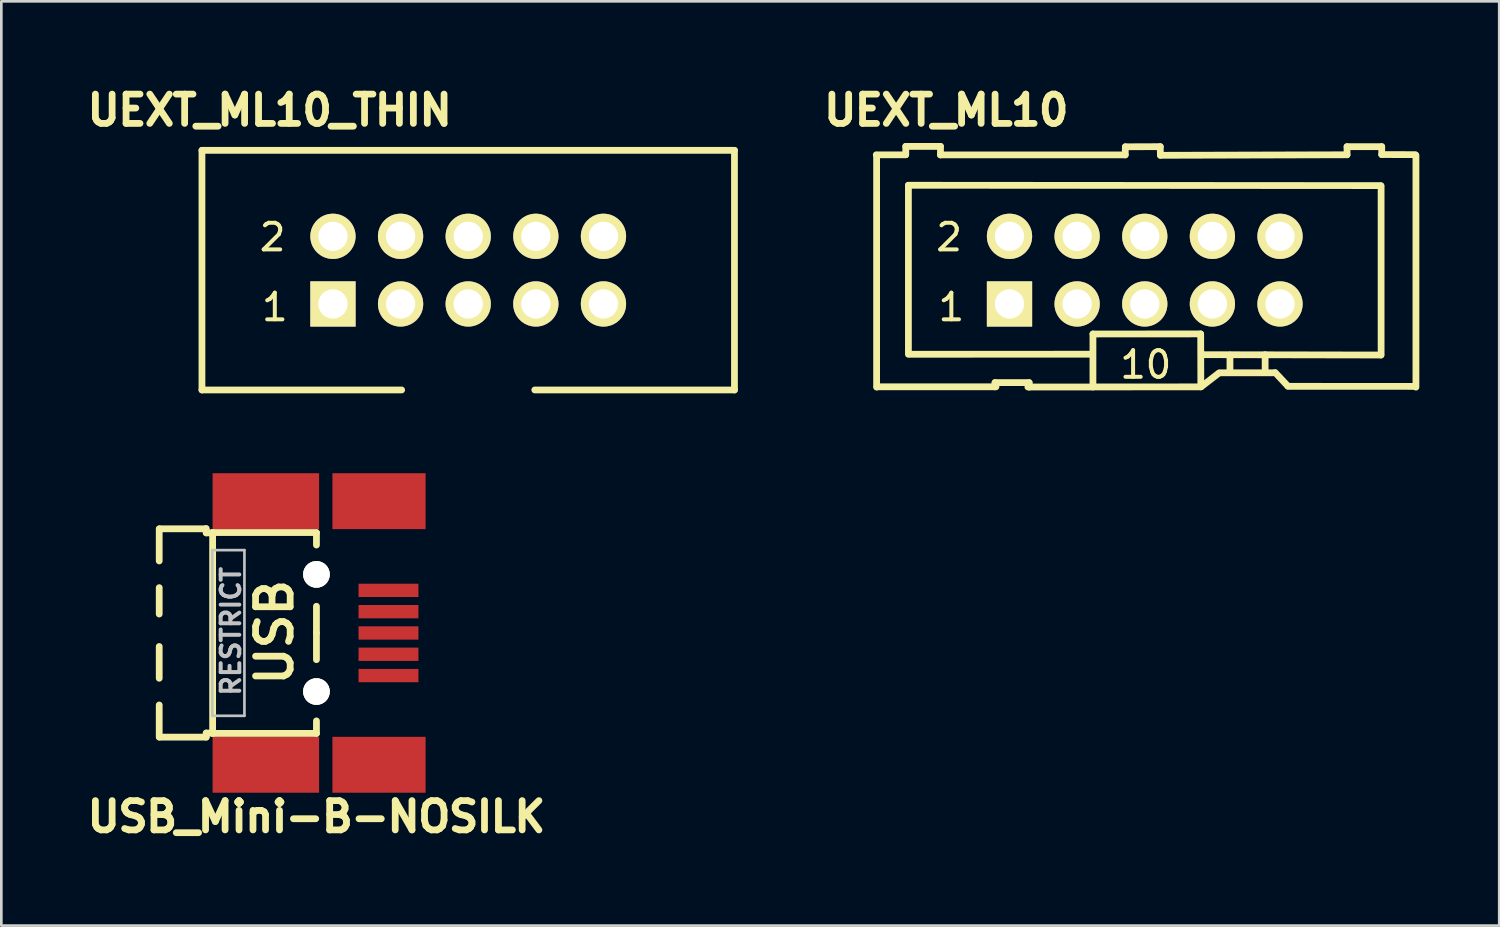
<source format=kicad_pcb>
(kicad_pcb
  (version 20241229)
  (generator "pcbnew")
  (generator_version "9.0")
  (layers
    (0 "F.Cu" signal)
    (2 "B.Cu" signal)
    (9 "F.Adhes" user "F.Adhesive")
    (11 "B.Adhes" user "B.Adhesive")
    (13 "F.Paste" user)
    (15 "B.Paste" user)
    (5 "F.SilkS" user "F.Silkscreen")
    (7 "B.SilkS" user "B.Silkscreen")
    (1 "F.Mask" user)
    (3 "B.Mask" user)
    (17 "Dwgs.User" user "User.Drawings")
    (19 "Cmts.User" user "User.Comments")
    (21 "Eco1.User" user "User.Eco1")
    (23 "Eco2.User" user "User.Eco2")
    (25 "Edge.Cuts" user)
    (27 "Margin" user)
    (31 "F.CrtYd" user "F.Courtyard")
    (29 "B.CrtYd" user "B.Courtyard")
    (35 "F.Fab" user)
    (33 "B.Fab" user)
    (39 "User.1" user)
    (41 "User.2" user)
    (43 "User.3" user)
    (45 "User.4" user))
  (footprint "UEXT_ML10_THIN"
    (layer "F.Cu")
    (at 14.535 7.096)
    (property "Reference" "UEXT_ML10_THIN" (at -7.455 -6.007 0) (layer "F.SilkS") (effects (font (size 1.1 1.1) (thickness 0.254))))
    (attr smd)
    (fp_line (start -10 -4.5) (end -10 4.5) (stroke (width 0.254) (type solid)) (layer "F.SilkS"))
    (fp_line (start -10 -4.5) (end 10 -4.5) (stroke (width 0.254) (type solid)) (layer "F.SilkS"))
    (fp_line (start -10 4.5) (end -2.5 4.5) (stroke (width 0.254) (type solid)) (layer "F.SilkS"))
    (fp_line (start 2.5 4.5) (end 10 4.5) (stroke (width 0.254) (type solid)) (layer "F.SilkS"))
    (fp_line (start 10 -4.5) (end 10 4.5) (stroke (width 0.254) (type solid)) (layer "F.SilkS"))
    (fp_text user "1" (at -7.264 1.392 0) (layer "F.SilkS") (effects (font (size 1 1) (thickness 0.15))))
    (fp_text user "2" (at -7.348 -1.234 0) (layer "F.SilkS") (effects (font (size 1 1) (thickness 0.15))))
    (pad "1" thru_hole rect (at -5.08 1.27) (size 1.7 1.7) (drill 1.1) (layers "*.Cu" "*.Mask" "F.SilkS"))
    (pad "2" thru_hole circle (at -5.08 -1.27) (size 1.7 1.7) (drill 1.1) (layers "*.Cu" "*.Mask" "F.SilkS"))
    (pad "3" thru_hole circle (at -2.54 1.27) (size 1.7 1.7) (drill 1.1) (layers "*.Cu" "*.Mask" "F.SilkS"))
    (pad "4" thru_hole circle (at -2.54 -1.27) (size 1.7 1.7) (drill 1.1) (layers "*.Cu" "*.Mask" "F.SilkS"))
    (pad "5" thru_hole circle (at 0 1.27) (size 1.7 1.7) (drill 1.1) (layers "*.Cu" "*.Mask" "F.SilkS"))
    (pad "6" thru_hole circle (at 0 -1.27) (size 1.7 1.7) (drill 1.1) (layers "*.Cu" "*.Mask" "F.SilkS"))
    (pad "7" thru_hole circle (at 2.54 1.27) (size 1.7 1.7) (drill 1.1) (layers "*.Cu" "*.Mask" "F.SilkS"))
    (pad "8" thru_hole circle (at 2.54 -1.27) (size 1.7 1.7) (drill 1.1) (layers "*.Cu" "*.Mask" "F.SilkS"))
    (pad "9" thru_hole circle (at 5.08 1.27) (size 1.7 1.7) (drill 1.1) (layers "*.Cu" "*.Mask" "F.SilkS"))
    (pad "10" thru_hole circle (at 5.08 -1.27) (size 1.7 1.7) (drill 1.1) (layers "*.Cu" "*.Mask" "F.SilkS")))
  (footprint "UEXT_ML10"
    (layer "F.Cu")
    (at 39.945 7.096)
    (property "Reference" "UEXT_ML10" (at -7.455 -6.007 0) (layer "F.SilkS") (effects (font (size 1.1 1.1) (thickness 0.254))))
    (attr smd)
    (fp_line (start -10.084 -4.331) (end -8.979 -4.331) (stroke (width 0.254) (type solid)) (layer "F.SilkS"))
    (fp_line (start -10.071 -4.318) (end -10.071 4.394) (stroke (width 0.254) (type solid)) (layer "F.SilkS"))
    (fp_line (start -10.058 4.381) (end -5.588 4.381) (stroke (width 0.254) (type solid)) (layer "F.SilkS"))
    (fp_line (start -8.976 -4.648) (end -8.976 -4.336) (stroke (width 0.254) (type solid)) (layer "F.SilkS"))
    (fp_line (start -8.877 -3.188) (end -8.877 3.162) (stroke (width 0.254) (type solid)) (layer "F.SilkS"))
    (fp_line (start -8.877 -3.188) (end 8.865 -3.175) (stroke (width 0.254) (type solid)) (layer "F.SilkS"))
    (fp_line (start -7.673 -4.648) (end -8.976 -4.648) (stroke (width 0.254) (type solid)) (layer "F.SilkS"))
    (fp_line (start -7.673 -4.328) (end -7.673 -4.648) (stroke (width 0.254) (type solid)) (layer "F.SilkS"))
    (fp_line (start -5.631 4.384) (end -5.624 4.224) (stroke (width 0.254) (type solid)) (layer "F.SilkS"))
    (fp_line (start -5.624 4.224) (end -4.351 4.224) (stroke (width 0.254) (type solid)) (layer "F.SilkS"))
    (fp_line (start -4.389 4.389) (end -1.991 4.389) (stroke (width 0.254) (type solid)) (layer "F.SilkS"))
    (fp_line (start -4.338 4.224) (end -4.338 4.392) (stroke (width 0.254) (type solid)) (layer "F.SilkS"))
    (fp_line (start -1.958 3.157) (end -8.806 3.16) (stroke (width 0.254) (type solid)) (layer "F.SilkS"))
    (fp_line (start -1.946 2.398) (end 2.095 2.395) (stroke (width 0.254) (type solid)) (layer "F.SilkS"))
    (fp_line (start -1.946 4.387) (end 2.103 4.384) (stroke (width 0.254) (type solid)) (layer "F.SilkS"))
    (fp_line (start -1.946 4.389) (end -1.946 2.398) (stroke (width 0.254) (type solid)) (layer "F.SilkS"))
    (fp_line (start -0.734 -4.328) (end -7.673 -4.328) (stroke (width 0.254) (type solid)) (layer "F.SilkS"))
    (fp_line (start -0.729 -4.633) (end -0.734 -4.328) (stroke (width 0.254) (type solid)) (layer "F.SilkS"))
    (fp_line (start 0.582 -4.638) (end -0.729 -4.633) (stroke (width 0.254) (type solid)) (layer "F.SilkS"))
    (fp_line (start 0.587 -4.313) (end 0.582 -4.638) (stroke (width 0.254) (type solid)) (layer "F.SilkS"))
    (fp_line (start 2.101 2.395) (end 2.106 4.384) (stroke (width 0.254) (type solid)) (layer "F.SilkS"))
    (fp_line (start 2.121 3.175) (end 8.865 3.188) (stroke (width 0.254) (type solid)) (layer "F.SilkS"))
    (fp_line (start 2.131 4.371) (end 2.781 3.868) (stroke (width 0.254) (type solid)) (layer "F.SilkS"))
    (fp_line (start 2.807 3.856) (end 4.813 3.856) (stroke (width 0.254) (type solid)) (layer "F.SilkS"))
    (fp_line (start 3.2 3.188) (end 3.2 3.835) (stroke (width 0.254) (type solid)) (layer "F.SilkS"))
    (fp_line (start 4.521 3.175) (end 4.521 3.835) (stroke (width 0.254) (type solid)) (layer "F.SilkS"))
    (fp_line (start 4.763 3.856) (end 4.844 3.856) (stroke (width 0.15) (type solid)) (layer "F.SilkS"))
    (fp_line (start 4.831 3.856) (end 4.907 3.856) (stroke (width 0.15) (type solid)) (layer "F.SilkS"))
    (fp_line (start 4.895 3.843) (end 5.37 4.351) (stroke (width 0.254) (type solid)) (layer "F.SilkS"))
    (fp_line (start 5.382 4.364) (end 10.137 4.366) (stroke (width 0.254) (type solid)) (layer "F.SilkS"))
    (fp_line (start 7.597 -4.638) (end 7.597 -4.333) (stroke (width 0.254) (type solid)) (layer "F.SilkS"))
    (fp_line (start 7.597 -4.333) (end 0.587 -4.313) (stroke (width 0.254) (type solid)) (layer "F.SilkS"))
    (fp_line (start 8.877 -3.162) (end 8.877 3.188) (stroke (width 0.254) (type solid)) (layer "F.SilkS"))
    (fp_line (start 8.9 -4.638) (end 7.597 -4.638) (stroke (width 0.254) (type solid)) (layer "F.SilkS"))
    (fp_line (start 8.9 -4.341) (end 8.9 -4.638) (stroke (width 0.254) (type solid)) (layer "F.SilkS"))
    (fp_line (start 10.155 -4.338) (end 8.9 -4.341) (stroke (width 0.254) (type solid)) (layer "F.SilkS"))
    (fp_line (start 10.185 -4.318) (end 10.185 4.394) (stroke (width 0.254) (type solid)) (layer "F.SilkS"))
    (fp_text user "1" (at -7.264 1.392 0) (layer "F.SilkS") (effects (font (size 1 1) (thickness 0.15))))
    (fp_text user "10" (at 0.038 3.551 0) (layer "F.SilkS") (effects (font (size 1 1) (thickness 0.15))))
    (fp_text user "2" (at -7.348 -1.234 0) (layer "F.SilkS") (effects (font (size 1 1) (thickness 0.15))))
    (pad "1" thru_hole rect (at -5.08 1.27) (size 1.7 1.7) (drill 1.1) (layers "*.Cu" "*.Mask" "F.SilkS"))
    (pad "2" thru_hole circle (at -5.08 -1.27) (size 1.7 1.7) (drill 1.1) (layers "*.Cu" "*.Mask" "F.SilkS"))
    (pad "3" thru_hole circle (at -2.54 1.27) (size 1.7 1.7) (drill 1.1) (layers "*.Cu" "*.Mask" "F.SilkS"))
    (pad "4" thru_hole circle (at -2.54 -1.27) (size 1.7 1.7) (drill 1.1) (layers "*.Cu" "*.Mask" "F.SilkS"))
    (pad "5" thru_hole circle (at 0 1.27) (size 1.7 1.7) (drill 1.1) (layers "*.Cu" "*.Mask" "F.SilkS"))
    (pad "6" thru_hole circle (at 0 -1.27) (size 1.7 1.7) (drill 1.1) (layers "*.Cu" "*.Mask" "F.SilkS"))
    (pad "7" thru_hole circle (at 2.54 1.27) (size 1.7 1.7) (drill 1.1) (layers "*.Cu" "*.Mask" "F.SilkS"))
    (pad "8" thru_hole circle (at 2.54 -1.27) (size 1.7 1.7) (drill 1.1) (layers "*.Cu" "*.Mask" "F.SilkS"))
    (pad "9" thru_hole circle (at 5.08 1.27) (size 1.7 1.7) (drill 1.1) (layers "*.Cu" "*.Mask" "F.SilkS"))
    (pad "10" thru_hole circle (at 5.08 -1.27) (size 1.7 1.7) (drill 1.1) (layers "*.Cu" "*.Mask" "F.SilkS")))
  (footprint "USB_Mini-B-NOSILK"
    (layer "F.Cu")
    (at 8.835 20.723)
    (property "Reference" "USB_Mini-B-NOSILK" (at 0 6.901 0) (layer "F.SilkS") (effects (font (size 1.1 1.1) (thickness 0.254))))
    (attr smd)
    (fp_line (start -5.905 -3.912) (end -5.905 -2.705) (stroke (width 0.254) (type solid)) (layer "F.SilkS"))
    (fp_line (start -5.905 -1.702) (end -5.905 -0.711) (stroke (width 0.254) (type solid)) (layer "F.SilkS"))
    (fp_line (start -5.905 0.508) (end -5.905 1.702) (stroke (width 0.254) (type solid)) (layer "F.SilkS"))
    (fp_line (start -5.905 2.705) (end -5.905 3.912) (stroke (width 0.254) (type solid)) (layer "F.SilkS"))
    (fp_line (start -5.893 -3.912) (end -4.153 -3.912) (stroke (width 0.254) (type solid)) (layer "F.SilkS"))
    (fp_line (start -5.893 3.912) (end -4.14 3.912) (stroke (width 0.254) (type solid)) (layer "F.SilkS"))
    (fp_line (start -4.14 -3.924) (end -4.14 -3.759) (stroke (width 0.254) (type solid)) (layer "F.SilkS"))
    (fp_line (start -4.14 -3.759) (end -3.899 -3.759) (stroke (width 0.254) (type solid)) (layer "F.SilkS"))
    (fp_line (start -4.14 3.759) (end -3.861 3.759) (stroke (width 0.254) (type solid)) (layer "F.SilkS"))
    (fp_line (start -4.14 3.912) (end -4.14 3.759) (stroke (width 0.254) (type solid)) (layer "F.SilkS"))
    (fp_line (start -3.899 -3.772) (end -3.899 3.772) (stroke (width 0.254) (type solid)) (layer "F.SilkS"))
    (fp_line (start -3.899 -3.772) (end 0 -3.772) (stroke (width 0.254) (type solid)) (layer "F.SilkS"))
    (fp_line (start -3.899 3.772) (end 0 3.772) (stroke (width 0.254) (type solid)) (layer "F.SilkS"))
    (fp_line (start 0 -3.759) (end 0 -3.302) (stroke (width 0.254) (type solid)) (layer "F.SilkS"))
    (fp_line (start 0 0) (end 0 -1.003) (stroke (width 0.254) (type solid)) (layer "F.SilkS"))
    (fp_line (start 0 0) (end 0 1.003) (stroke (width 0.254) (type solid)) (layer "F.SilkS"))
    (fp_line (start 0 3.772) (end 0 3.302) (stroke (width 0.254) (type solid)) (layer "F.SilkS"))
    (fp_line (start -3.912 -3.111) (end -3.912 3.111) (stroke (width 0.1) (type solid)) (layer "Dwgs.User"))
    (fp_line (start -2.705 -3.111) (end -3.912 -3.111) (stroke (width 0.1) (type solid)) (layer "Dwgs.User"))
    (fp_line (start -2.705 -3.111) (end -2.705 3.111) (stroke (width 0.1) (type solid)) (layer "Dwgs.User"))
    (fp_line (start -2.705 3.111) (end -3.912 3.111) (stroke (width 0.1) (type solid)) (layer "Dwgs.User"))
    (fp_text user "USB" (at -1.575 -0.025 90) (layer "F.SilkS") (effects (font (size 1.3 1.3) (thickness 0.254))))
    (fp_text user "RESTRICT" (at -3.213 -0.064 90) (layer "Dwgs.User") (effects (font (size 0.7 0.7) (thickness 0.15))))
    (pad "1" smd rect (at 2.706 -1.6) (size 2.25 0.5) (layers "F.Cu" "F.Mask" "F.Paste"))
    (pad "2" smd rect (at 2.706 -0.8) (size 2.25 0.5) (layers "F.Cu" "F.Mask" "F.Paste"))
    (pad "3" smd rect (at 2.706 0) (size 2.25 0.5) (layers "F.Cu" "F.Mask" "F.Paste"))
    (pad "4" smd rect (at 2.706 0.8) (size 2.25 0.5) (layers "F.Cu" "F.Mask" "F.Paste"))
    (pad "5" smd rect (at 2.706 1.6) (size 2.25 0.5) (layers "F.Cu" "F.Mask" "F.Paste"))
    (pad "6" smd rect (at 2.35 -4.95) (size 3.5 2.1) (layers "F.Cu" "F.Mask" "F.Paste"))
    (pad "7" smd rect (at -1.9 -4.95) (size 4 2.1) (layers "F.Cu" "F.Mask" "F.Paste"))
    (pad "8" smd rect (at 2.35 4.95) (size 3.5 2.1) (layers "F.Cu" "F.Mask" "F.Paste"))
    (pad "9" smd rect (at -1.9 4.95) (size 4 2.1) (layers "F.Cu" "F.Mask" "F.Paste"))
    (pad "10" thru_hole circle (at 0 -2.2) (size 1 1) (drill 1) (layers "*.Cu" "*.Mask" "F.SilkS"))
    (pad "11" thru_hole circle (at 0 2.2) (size 1 1) (drill 1) (layers "*.Cu" "*.Mask" "F.SilkS")))
  (gr_rect
    (start -3 -3)
    (end 53.258 31.714)
    (stroke (width 0.1) (type default))
    (fill no)
    (layer "Edge.Cuts")))
</source>
